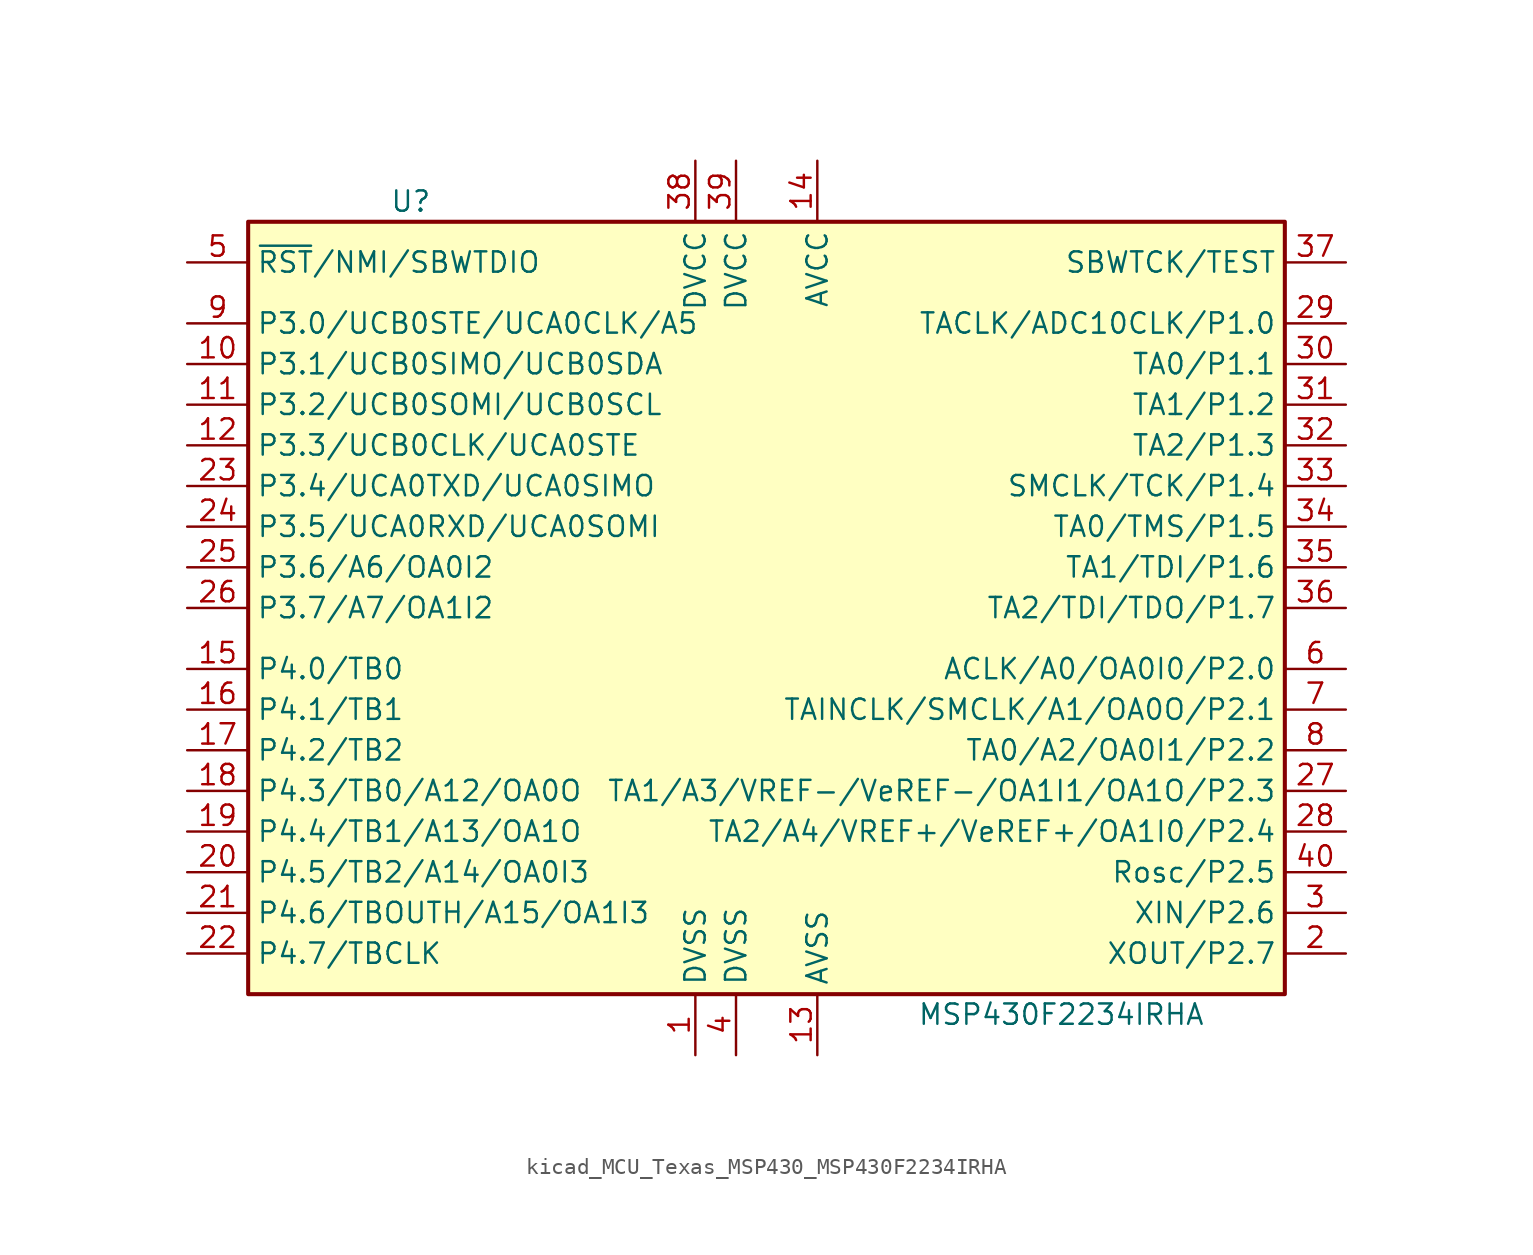
<source format=kicad_sym>
(kicad_symbol_lib
  (version 20220914)
  (generator kicad_symbol_editor)
  (symbol "kicad_MCU_Texas_MSP430_MSP430F2234IRHA"
    (property "Reference" "U"
      (at -22.86 25.4 0)
      (effects (font (size 1.27 1.27))))
    (property "Value" "MSP430F2234IRHA"
      (at 17.78 -25.4 0)
      (effects (font (size 1.27 1.27))))
    (symbol "kicad_MCU_Texas_MSP430_MSP430F2234IRHA_0_1"
      (rectangle (start -33.02 24.13) (end 31.75 -24.13) (stroke (width 0.254) (type default)) (fill (type background))))
    (symbol "kicad_MCU_Texas_MSP430_MSP430F2234IRHA_1_1"
      (pin power_in line (at -5.08 -27.94 90) (length 3.81) (name "DVSS" (effects (font (size 1.27 1.27)))) (number "1" (effects (font (size 1.27 1.27)))))
      (pin bidirectional line (at -36.83 15.24 0) (length 3.81) (name "P3.1/UCB0SIMO/UCB0SDA" (effects (font (size 1.27 1.27)))) (number "10" (effects (font (size 1.27 1.27)))))
      (pin bidirectional line (at -36.83 12.7 0) (length 3.81) (name "P3.2/UCB0SOMI/UCB0SCL" (effects (font (size 1.27 1.27)))) (number "11" (effects (font (size 1.27 1.27)))))
      (pin bidirectional line (at -36.83 10.16 0) (length 3.81) (name "P3.3/UCB0CLK/UCA0STE" (effects (font (size 1.27 1.27)))) (number "12" (effects (font (size 1.27 1.27)))))
      (pin power_in line (at 2.54 -27.94 90) (length 3.81) (name "AVSS" (effects (font (size 1.27 1.27)))) (number "13" (effects (font (size 1.27 1.27)))))
      (pin power_in line (at 2.54 27.94 270) (length 3.81) (name "AVCC" (effects (font (size 1.27 1.27)))) (number "14" (effects (font (size 1.27 1.27)))))
      (pin bidirectional line (at -36.83 -3.81 0) (length 3.81) (name "P4.0/TB0" (effects (font (size 1.27 1.27)))) (number "15" (effects (font (size 1.27 1.27)))))
      (pin bidirectional line (at -36.83 -6.35 0) (length 3.81) (name "P4.1/TB1" (effects (font (size 1.27 1.27)))) (number "16" (effects (font (size 1.27 1.27)))))
      (pin bidirectional line (at -36.83 -8.89 0) (length 3.81) (name "P4.2/TB2" (effects (font (size 1.27 1.27)))) (number "17" (effects (font (size 1.27 1.27)))))
      (pin bidirectional line (at -36.83 -11.43 0) (length 3.81) (name "P4.3/TB0/A12/OA0O" (effects (font (size 1.27 1.27)))) (number "18" (effects (font (size 1.27 1.27)))))
      (pin bidirectional line (at -36.83 -13.97 0) (length 3.81) (name "P4.4/TB1/A13/OA1O" (effects (font (size 1.27 1.27)))) (number "19" (effects (font (size 1.27 1.27)))))
      (pin bidirectional line (at 35.56 -21.59 180) (length 3.81) (name "XOUT/P2.7" (effects (font (size 1.27 1.27)))) (number "2" (effects (font (size 1.27 1.27)))))
      (pin bidirectional line (at -36.83 -16.51 0) (length 3.81) (name "P4.5/TB2/A14/OA0I3" (effects (font (size 1.27 1.27)))) (number "20" (effects (font (size 1.27 1.27)))))
      (pin bidirectional line (at -36.83 -19.05 0) (length 3.81) (name "P4.6/TBOUTH/A15/OA1I3" (effects (font (size 1.27 1.27)))) (number "21" (effects (font (size 1.27 1.27)))))
      (pin bidirectional line (at -36.83 -21.59 0) (length 3.81) (name "P4.7/TBCLK" (effects (font (size 1.27 1.27)))) (number "22" (effects (font (size 1.27 1.27)))))
      (pin bidirectional line (at -36.83 7.62 0) (length 3.81) (name "P3.4/UCA0TXD/UCA0SIMO" (effects (font (size 1.27 1.27)))) (number "23" (effects (font (size 1.27 1.27)))))
      (pin bidirectional line (at -36.83 5.08 0) (length 3.81) (name "P3.5/UCA0RXD/UCA0SOMI" (effects (font (size 1.27 1.27)))) (number "24" (effects (font (size 1.27 1.27)))))
      (pin bidirectional line (at -36.83 2.54 0) (length 3.81) (name "P3.6/A6/OA0I2" (effects (font (size 1.27 1.27)))) (number "25" (effects (font (size 1.27 1.27)))))
      (pin bidirectional line (at -36.83 0 0) (length 3.81) (name "P3.7/A7/OA1I2" (effects (font (size 1.27 1.27)))) (number "26" (effects (font (size 1.27 1.27)))))
      (pin bidirectional line (at 35.56 -11.43 180) (length 3.81) (name "TA1/A3/VREF-/VeREF-/OA1I1/OA1O/P2.3" (effects (font (size 1.27 1.27)))) (number "27" (effects (font (size 1.27 1.27)))))
      (pin bidirectional line (at 35.56 -13.97 180) (length 3.81) (name "TA2/A4/VREF+/VeREF+/OA1I0/P2.4" (effects (font (size 1.27 1.27)))) (number "28" (effects (font (size 1.27 1.27)))))
      (pin bidirectional line (at 35.56 17.78 180) (length 3.81) (name "TACLK/ADC10CLK/P1.0" (effects (font (size 1.27 1.27)))) (number "29" (effects (font (size 1.27 1.27)))))
      (pin bidirectional line (at 35.56 -19.05 180) (length 3.81) (name "XIN/P2.6" (effects (font (size 1.27 1.27)))) (number "3" (effects (font (size 1.27 1.27)))))
      (pin bidirectional line (at 35.56 15.24 180) (length 3.81) (name "TA0/P1.1" (effects (font (size 1.27 1.27)))) (number "30" (effects (font (size 1.27 1.27)))))
      (pin bidirectional line (at 35.56 12.7 180) (length 3.81) (name "TA1/P1.2" (effects (font (size 1.27 1.27)))) (number "31" (effects (font (size 1.27 1.27)))))
      (pin bidirectional line (at 35.56 10.16 180) (length 3.81) (name "TA2/P1.3" (effects (font (size 1.27 1.27)))) (number "32" (effects (font (size 1.27 1.27)))))
      (pin bidirectional line (at 35.56 7.62 180) (length 3.81) (name "SMCLK/TCK/P1.4" (effects (font (size 1.27 1.27)))) (number "33" (effects (font (size 1.27 1.27)))))
      (pin bidirectional line (at 35.56 5.08 180) (length 3.81) (name "TA0/TMS/P1.5" (effects (font (size 1.27 1.27)))) (number "34" (effects (font (size 1.27 1.27)))))
      (pin bidirectional line (at 35.56 2.54 180) (length 3.81) (name "TA1/TDI/P1.6" (effects (font (size 1.27 1.27)))) (number "35" (effects (font (size 1.27 1.27)))))
      (pin bidirectional line (at 35.56 0 180) (length 3.81) (name "TA2/TDI/TDO/P1.7" (effects (font (size 1.27 1.27)))) (number "36" (effects (font (size 1.27 1.27)))))
      (pin input line (at 35.56 21.59 180) (length 3.81) (name "SBWTCK/TEST" (effects (font (size 1.27 1.27)))) (number "37" (effects (font (size 1.27 1.27)))))
      (pin power_in line (at -5.08 27.94 270) (length 3.81) (name "DVCC" (effects (font (size 1.27 1.27)))) (number "38" (effects (font (size 1.27 1.27)))))
      (pin power_in line (at -2.54 27.94 270) (length 3.81) (name "DVCC" (effects (font (size 1.27 1.27)))) (number "39" (effects (font (size 1.27 1.27)))))
      (pin power_in line (at -2.54 -27.94 90) (length 3.81) (name "DVSS" (effects (font (size 1.27 1.27)))) (number "4" (effects (font (size 1.27 1.27)))))
      (pin bidirectional line (at 35.56 -16.51 180) (length 3.81) (name "Rosc/P2.5" (effects (font (size 1.27 1.27)))) (number "40" (effects (font (size 1.27 1.27)))))
      (pin bidirectional line (at -36.83 21.59 0) (length 3.81) (name "~{RST}/NMI/SBWTDIO" (effects (font (size 1.27 1.27)))) (number "5" (effects (font (size 1.27 1.27)))))
      (pin bidirectional line (at 35.56 -3.81 180) (length 3.81) (name "ACLK/A0/OA0I0/P2.0" (effects (font (size 1.27 1.27)))) (number "6" (effects (font (size 1.27 1.27)))))
      (pin bidirectional line (at 35.56 -6.35 180) (length 3.81) (name "TAINCLK/SMCLK/A1/OA0O/P2.1" (effects (font (size 1.27 1.27)))) (number "7" (effects (font (size 1.27 1.27)))))
      (pin bidirectional line (at 35.56 -8.89 180) (length 3.81) (name "TA0/A2/OA0I1/P2.2" (effects (font (size 1.27 1.27)))) (number "8" (effects (font (size 1.27 1.27)))))
      (pin bidirectional line (at -36.83 17.78 0) (length 3.81) (name "P3.0/UCB0STE/UCA0CLK/A5" (effects (font (size 1.27 1.27)))) (number "9" (effects (font (size 1.27 1.27))))))))
</source>
